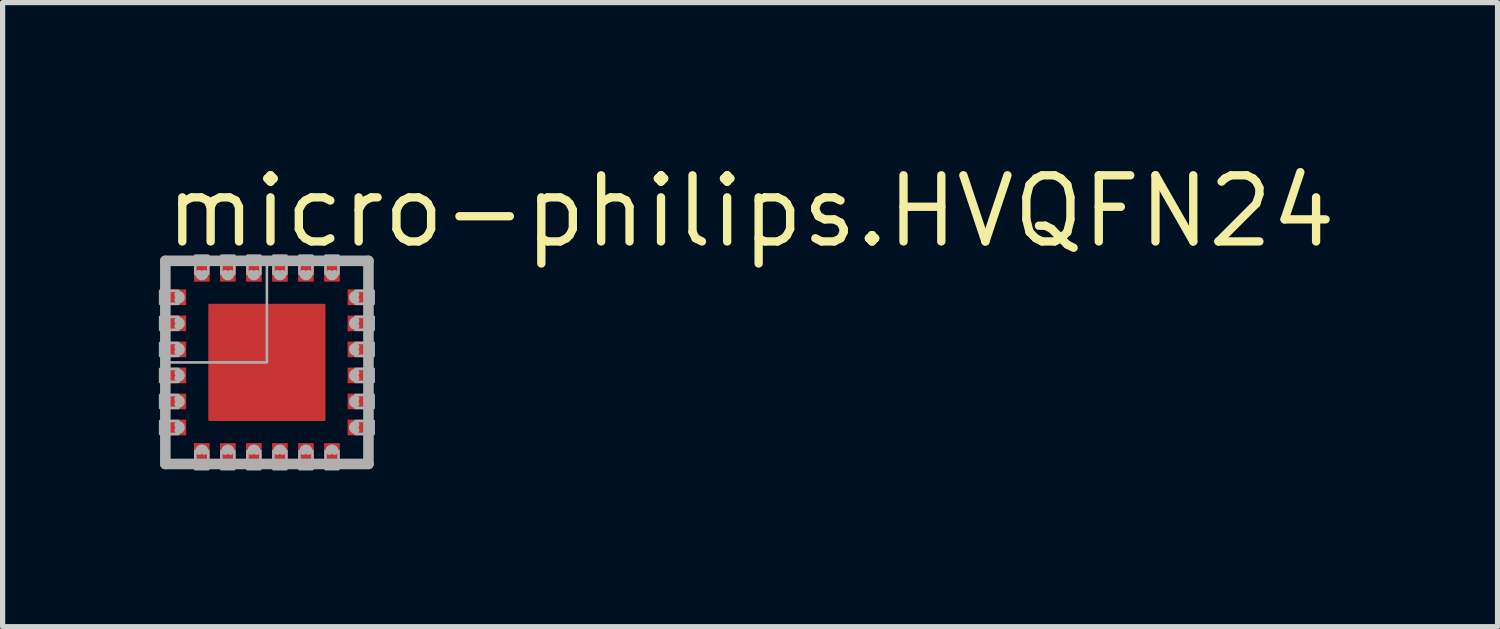
<source format=kicad_pcb>
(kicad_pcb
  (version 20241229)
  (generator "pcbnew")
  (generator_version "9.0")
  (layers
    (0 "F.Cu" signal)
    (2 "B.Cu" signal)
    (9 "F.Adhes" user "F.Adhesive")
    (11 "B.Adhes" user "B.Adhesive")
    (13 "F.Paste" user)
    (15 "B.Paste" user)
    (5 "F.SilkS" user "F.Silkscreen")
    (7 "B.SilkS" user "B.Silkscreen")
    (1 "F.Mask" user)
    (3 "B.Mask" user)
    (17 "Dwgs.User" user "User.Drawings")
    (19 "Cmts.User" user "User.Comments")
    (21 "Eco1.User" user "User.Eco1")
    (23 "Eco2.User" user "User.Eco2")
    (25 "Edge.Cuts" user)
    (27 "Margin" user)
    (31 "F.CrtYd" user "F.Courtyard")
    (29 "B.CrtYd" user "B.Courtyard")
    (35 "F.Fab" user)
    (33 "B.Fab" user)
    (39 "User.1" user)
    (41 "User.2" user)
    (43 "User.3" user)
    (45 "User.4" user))
  (footprint "micro-philips.HVQFN24"
    (layer "F.Cu")
    (at 2.075 3.909)
    (property "Reference" "micro-philips.HVQFN24" (at -2.032 -2.159 0) (layer "F.SilkS") (effects (font (size 1.27 1.27) (thickness 0.16)) (justify left bottom)))
    (attr smd)
    (fp_line (start -1.95 -1.95) (end 1.95 -1.95) (stroke (width 0.203) (type default)) (layer "F.Fab"))
    (fp_line (start -1.95 1.95) (end -1.95 -1.95) (stroke (width 0.203) (type default)) (layer "F.Fab"))
    (fp_line (start 1.95 -1.95) (end 1.95 1.95) (stroke (width 0.203) (type default)) (layer "F.Fab"))
    (fp_line (start 1.95 1.95) (end -1.95 1.95) (stroke (width 0.203) (type default)) (layer "F.Fab"))
    (fp_rect (start -2.05 -1.125) (end -1.7 -1.375) (stroke (width 0.05) (type default)) (fill no) (layer "F.Fab"))
    (fp_rect (start -2.05 -0.625) (end -1.7 -0.875) (stroke (width 0.05) (type default)) (fill no) (layer "F.Fab"))
    (fp_rect (start -2.05 -0.125) (end -1.7 -0.375) (stroke (width 0.05) (type default)) (fill no) (layer "F.Fab"))
    (fp_rect (start -2.05 0.375) (end -1.7 0.125) (stroke (width 0.05) (type default)) (fill no) (layer "F.Fab"))
    (fp_rect (start -2.05 0.875) (end -1.7 0.625) (stroke (width 0.05) (type default)) (fill no) (layer "F.Fab"))
    (fp_rect (start -2.05 1.375) (end -1.7 1.125) (stroke (width 0.05) (type default)) (fill no) (layer "F.Fab"))
    (fp_rect (start -1.9 0) (end 0 -1.9) (stroke (width 0.05) (type default)) (fill no) (layer "F.Fab"))
    (fp_rect (start -1.375 -1.7) (end -1.125 -2.05) (stroke (width 0.05) (type default)) (fill no) (layer "F.Fab"))
    (fp_rect (start -1.375 2.05) (end -1.125 1.7) (stroke (width 0.05) (type default)) (fill no) (layer "F.Fab"))
    (fp_rect (start -0.875 -1.7) (end -0.625 -2.05) (stroke (width 0.05) (type default)) (fill no) (layer "F.Fab"))
    (fp_rect (start -0.875 2.05) (end -0.625 1.7) (stroke (width 0.05) (type default)) (fill no) (layer "F.Fab"))
    (fp_rect (start -0.375 -1.7) (end -0.125 -2.05) (stroke (width 0.05) (type default)) (fill no) (layer "F.Fab"))
    (fp_rect (start -0.375 2.05) (end -0.125 1.7) (stroke (width 0.05) (type default)) (fill no) (layer "F.Fab"))
    (fp_rect (start 0.125 -1.7) (end 0.375 -2.05) (stroke (width 0.05) (type default)) (fill no) (layer "F.Fab"))
    (fp_rect (start 0.125 2.05) (end 0.375 1.7) (stroke (width 0.05) (type default)) (fill no) (layer "F.Fab"))
    (fp_rect (start 0.625 -1.7) (end 0.875 -2.05) (stroke (width 0.05) (type default)) (fill no) (layer "F.Fab"))
    (fp_rect (start 0.625 2.05) (end 0.875 1.7) (stroke (width 0.05) (type default)) (fill no) (layer "F.Fab"))
    (fp_rect (start 1.125 -1.7) (end 1.375 -2.05) (stroke (width 0.05) (type default)) (fill no) (layer "F.Fab"))
    (fp_rect (start 1.125 2.05) (end 1.375 1.7) (stroke (width 0.05) (type default)) (fill no) (layer "F.Fab"))
    (fp_rect (start 1.7 -1.125) (end 2.05 -1.375) (stroke (width 0.05) (type default)) (fill no) (layer "F.Fab"))
    (fp_rect (start 1.7 -0.625) (end 2.05 -0.875) (stroke (width 0.05) (type default)) (fill no) (layer "F.Fab"))
    (fp_rect (start 1.7 -0.125) (end 2.05 -0.375) (stroke (width 0.05) (type default)) (fill no) (layer "F.Fab"))
    (fp_rect (start 1.7 0.375) (end 2.05 0.125) (stroke (width 0.05) (type default)) (fill no) (layer "F.Fab"))
    (fp_rect (start 1.7 0.875) (end 2.05 0.625) (stroke (width 0.05) (type default)) (fill no) (layer "F.Fab"))
    (fp_rect (start 1.7 1.375) (end 2.05 1.125) (stroke (width 0.05) (type default)) (fill no) (layer "F.Fab"))
    (fp_arc (start -1.7 -1.3) (mid -1.65 -1.25) (end -1.7 -1.2) (stroke (width 0.15) (type default)) (layer "F.Fab"))
    (fp_arc (start -1.7 -0.8) (mid -1.65 -0.75) (end -1.7 -0.7) (stroke (width 0.15) (type default)) (layer "F.Fab"))
    (fp_arc (start -1.7 -0.3) (mid -1.65 -0.25) (end -1.7 -0.2) (stroke (width 0.15) (type default)) (layer "F.Fab"))
    (fp_arc (start -1.7 0.2) (mid -1.65 0.25) (end -1.7 0.3) (stroke (width 0.15) (type default)) (layer "F.Fab"))
    (fp_arc (start -1.7 0.7) (mid -1.65 0.75) (end -1.7 0.8) (stroke (width 0.15) (type default)) (layer "F.Fab"))
    (fp_arc (start -1.7 1.2) (mid -1.65 1.25) (end -1.7 1.3) (stroke (width 0.15) (type default)) (layer "F.Fab"))
    (fp_arc (start -1.3 1.7) (mid -1.25 1.65) (end -1.2 1.7) (stroke (width 0.15) (type default)) (layer "F.Fab"))
    (fp_arc (start -1.2 -1.7) (mid -1.25 -1.65) (end -1.3 -1.7) (stroke (width 0.15) (type default)) (layer "F.Fab"))
    (fp_arc (start -0.8 1.7) (mid -0.75 1.65) (end -0.7 1.7) (stroke (width 0.15) (type default)) (layer "F.Fab"))
    (fp_arc (start -0.7 -1.7) (mid -0.75 -1.65) (end -0.8 -1.7) (stroke (width 0.15) (type default)) (layer "F.Fab"))
    (fp_arc (start -0.3 1.7) (mid -0.25 1.65) (end -0.2 1.7) (stroke (width 0.15) (type default)) (layer "F.Fab"))
    (fp_arc (start -0.2 -1.7) (mid -0.25 -1.65) (end -0.3 -1.7) (stroke (width 0.15) (type default)) (layer "F.Fab"))
    (fp_arc (start 0.2 1.7) (mid 0.25 1.65) (end 0.3 1.7) (stroke (width 0.15) (type default)) (layer "F.Fab"))
    (fp_arc (start 0.3 -1.7) (mid 0.25 -1.65) (end 0.2 -1.7) (stroke (width 0.15) (type default)) (layer "F.Fab"))
    (fp_arc (start 0.7 1.7) (mid 0.75 1.65) (end 0.8 1.7) (stroke (width 0.15) (type default)) (layer "F.Fab"))
    (fp_arc (start 0.8 -1.7) (mid 0.75 -1.65) (end 0.7 -1.7) (stroke (width 0.15) (type default)) (layer "F.Fab"))
    (fp_arc (start 1.2 1.7) (mid 1.25 1.65) (end 1.3 1.7) (stroke (width 0.15) (type default)) (layer "F.Fab"))
    (fp_arc (start 1.3 -1.7) (mid 1.25 -1.65) (end 1.2 -1.7) (stroke (width 0.15) (type default)) (layer "F.Fab"))
    (fp_arc (start 1.7 -1.2) (mid 1.65 -1.25) (end 1.7 -1.3) (stroke (width 0.15) (type default)) (layer "F.Fab"))
    (fp_arc (start 1.7 -0.7) (mid 1.65 -0.75) (end 1.7 -0.8) (stroke (width 0.15) (type default)) (layer "F.Fab"))
    (fp_arc (start 1.7 -0.2) (mid 1.65 -0.25) (end 1.7 -0.3) (stroke (width 0.15) (type default)) (layer "F.Fab"))
    (fp_arc (start 1.7 0.3) (mid 1.65 0.25) (end 1.7 0.2) (stroke (width 0.15) (type default)) (layer "F.Fab"))
    (fp_arc (start 1.7 0.8) (mid 1.65 0.75) (end 1.7 0.7) (stroke (width 0.15) (type default)) (layer "F.Fab"))
    (fp_arc (start 1.7 1.3) (mid 1.65 1.25) (end 1.7 1.2) (stroke (width 0.15) (type default)) (layer "F.Fab"))
    (pad "1" smd roundrect (at -1.8 -1.25 90) (size 0.3 0.5) (layers "F.Cu" "F.Mask" "F.Paste") (roundrect_rratio 0.01))
    (pad "2" smd roundrect (at -1.8 -0.75 90) (size 0.3 0.5) (layers "F.Cu" "F.Mask" "F.Paste") (roundrect_rratio 0.01))
    (pad "3" smd roundrect (at -1.8 -0.25 90) (size 0.3 0.5) (layers "F.Cu" "F.Mask" "F.Paste") (roundrect_rratio 0.01))
    (pad "4" smd roundrect (at -1.8 0.25 90) (size 0.3 0.5) (layers "F.Cu" "F.Mask" "F.Paste") (roundrect_rratio 0.01))
    (pad "5" smd roundrect (at -1.8 0.75 90) (size 0.3 0.5) (layers "F.Cu" "F.Mask" "F.Paste") (roundrect_rratio 0.01))
    (pad "6" smd roundrect (at -1.8 1.25 90) (size 0.3 0.5) (layers "F.Cu" "F.Mask" "F.Paste") (roundrect_rratio 0.01))
    (pad "7" smd roundrect (at -1.25 1.8 180) (size 0.3 0.5) (layers "F.Cu" "F.Mask" "F.Paste") (roundrect_rratio 0.01))
    (pad "8" smd roundrect (at -0.75 1.8 180) (size 0.3 0.5) (layers "F.Cu" "F.Mask" "F.Paste") (roundrect_rratio 0.01))
    (pad "9" smd roundrect (at -0.25 1.8 180) (size 0.3 0.5) (layers "F.Cu" "F.Mask" "F.Paste") (roundrect_rratio 0.01))
    (pad "10" smd roundrect (at 0.25 1.8 180) (size 0.3 0.5) (layers "F.Cu" "F.Mask" "F.Paste") (roundrect_rratio 0.01))
    (pad "11" smd roundrect (at 0.75 1.8 180) (size 0.3 0.5) (layers "F.Cu" "F.Mask" "F.Paste") (roundrect_rratio 0.01))
    (pad "12" smd roundrect (at 1.25 1.8 180) (size 0.3 0.5) (layers "F.Cu" "F.Mask" "F.Paste") (roundrect_rratio 0.01))
    (pad "13" smd roundrect (at 1.8 1.25 270) (size 0.3 0.5) (layers "F.Cu" "F.Mask" "F.Paste") (roundrect_rratio 0.01))
    (pad "14" smd roundrect (at 1.8 0.75 270) (size 0.3 0.5) (layers "F.Cu" "F.Mask" "F.Paste") (roundrect_rratio 0.01))
    (pad "15" smd roundrect (at 1.8 0.25 270) (size 0.3 0.5) (layers "F.Cu" "F.Mask" "F.Paste") (roundrect_rratio 0.01))
    (pad "16" smd roundrect (at 1.8 -0.25 270) (size 0.3 0.5) (layers "F.Cu" "F.Mask" "F.Paste") (roundrect_rratio 0.01))
    (pad "17" smd roundrect (at 1.8 -0.75 270) (size 0.3 0.5) (layers "F.Cu" "F.Mask" "F.Paste") (roundrect_rratio 0.01))
    (pad "18" smd roundrect (at 1.8 -1.25 270) (size 0.3 0.5) (layers "F.Cu" "F.Mask" "F.Paste") (roundrect_rratio 0.01))
    (pad "19" smd roundrect (at 1.25 -1.8) (size 0.3 0.5) (layers "F.Cu" "F.Mask" "F.Paste") (roundrect_rratio 0.01))
    (pad "20" smd roundrect (at 0.75 -1.8) (size 0.3 0.5) (layers "F.Cu" "F.Mask" "F.Paste") (roundrect_rratio 0.01))
    (pad "21" smd roundrect (at 0.25 -1.8) (size 0.3 0.5) (layers "F.Cu" "F.Mask" "F.Paste") (roundrect_rratio 0.01))
    (pad "22" smd roundrect (at -0.25 -1.8) (size 0.3 0.5) (layers "F.Cu" "F.Mask" "F.Paste") (roundrect_rratio 0.01))
    (pad "23" smd roundrect (at -0.75 -1.8) (size 0.3 0.5) (layers "F.Cu" "F.Mask" "F.Paste") (roundrect_rratio 0.01))
    (pad "24" smd roundrect (at -1.25 -1.8) (size 0.3 0.5) (layers "F.Cu" "F.Mask" "F.Paste") (roundrect_rratio 0.01))
    (pad "TH" smd roundrect (at 0 0) (size 2.25 2.25) (layers "F.Cu" "F.Mask" "F.Paste") (roundrect_rratio 0.01)))
  (gr_rect
    (start -3 -3)
    (end 25.706 8.984)
    (stroke (width 0.1) (type default))
    (fill no)
    (layer "Edge.Cuts")))
</source>
